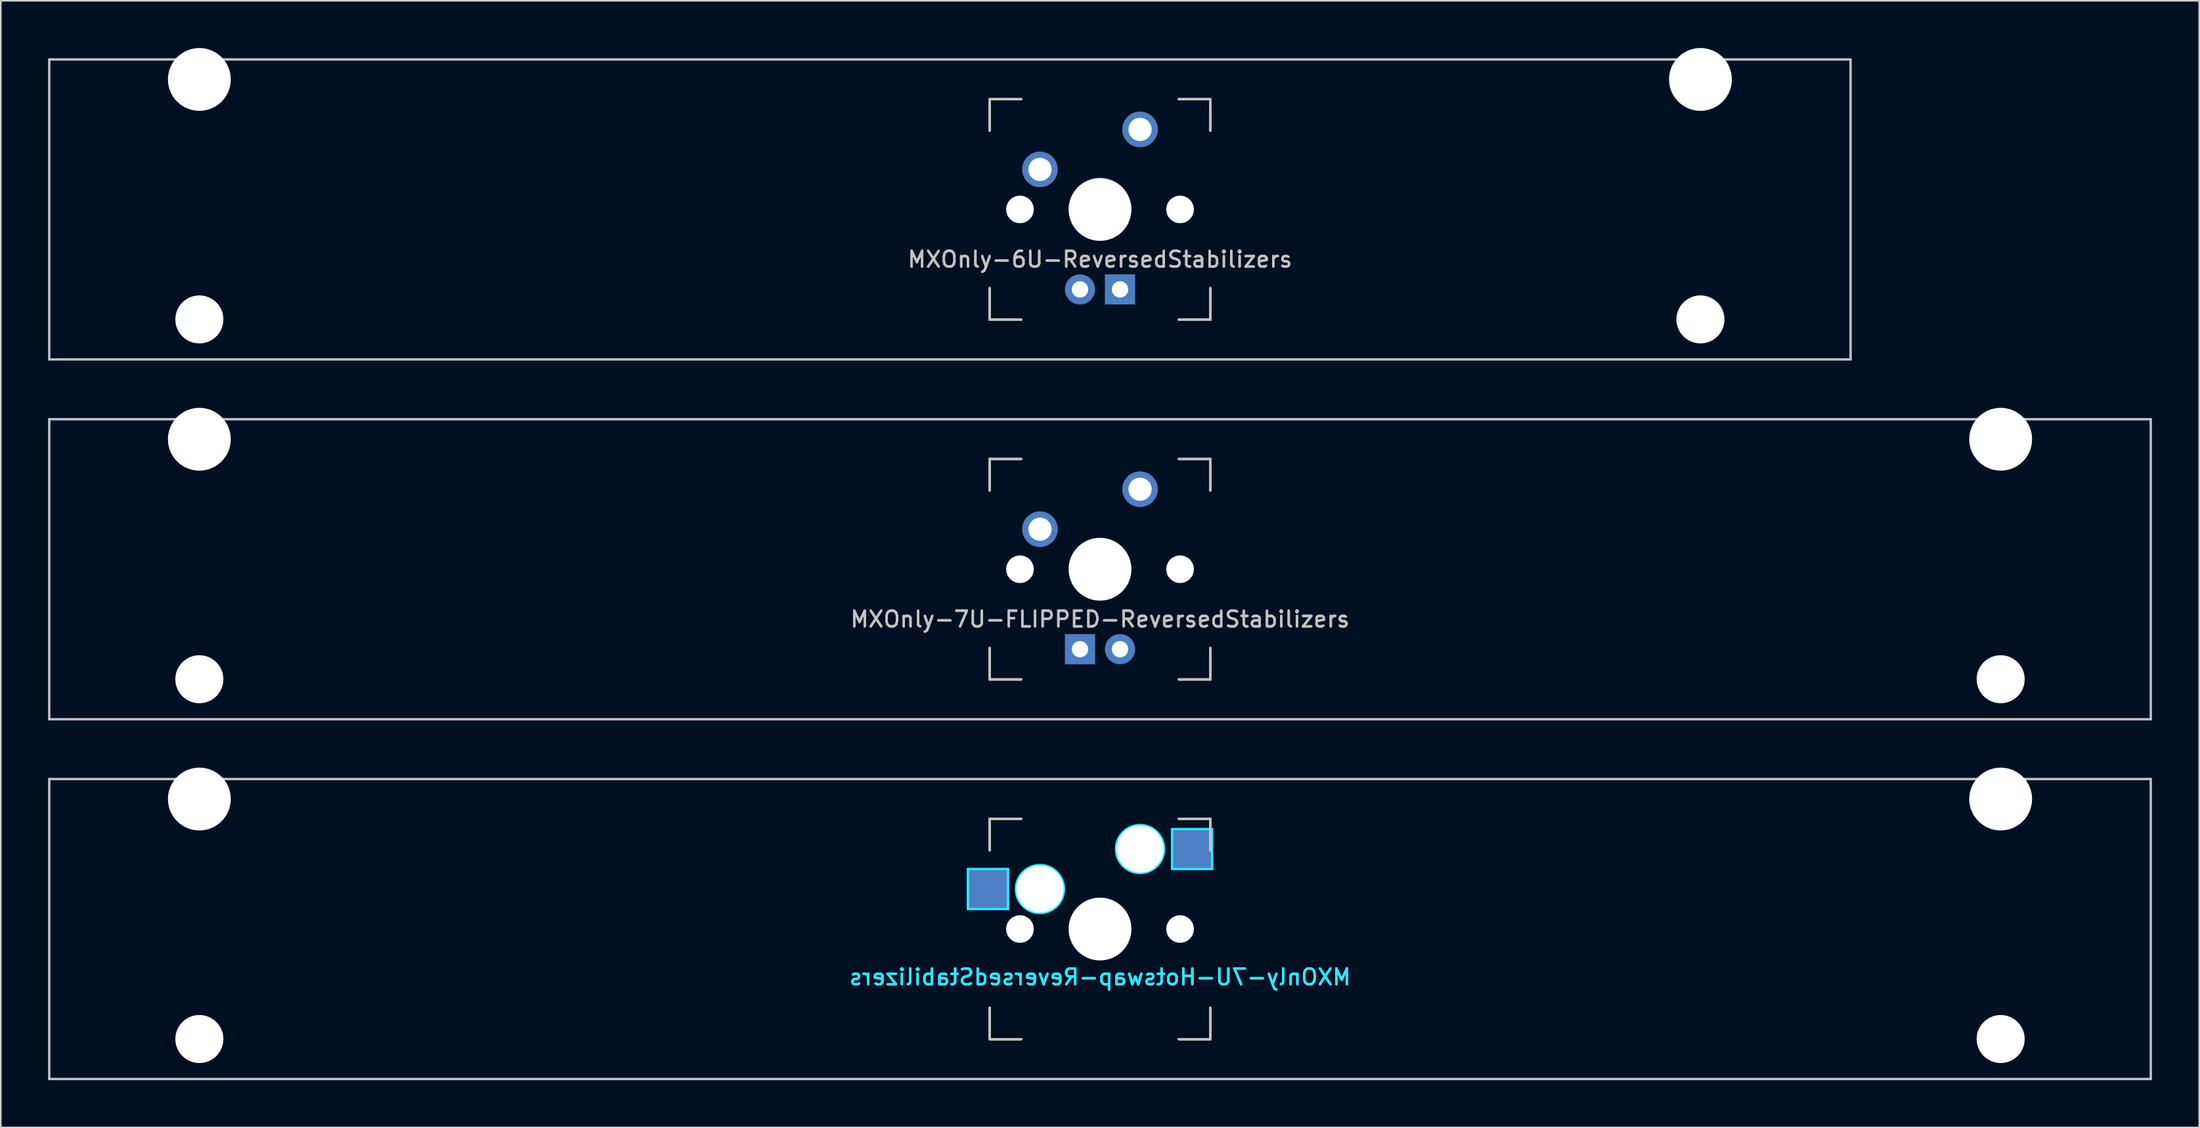
<source format=kicad_pcb>
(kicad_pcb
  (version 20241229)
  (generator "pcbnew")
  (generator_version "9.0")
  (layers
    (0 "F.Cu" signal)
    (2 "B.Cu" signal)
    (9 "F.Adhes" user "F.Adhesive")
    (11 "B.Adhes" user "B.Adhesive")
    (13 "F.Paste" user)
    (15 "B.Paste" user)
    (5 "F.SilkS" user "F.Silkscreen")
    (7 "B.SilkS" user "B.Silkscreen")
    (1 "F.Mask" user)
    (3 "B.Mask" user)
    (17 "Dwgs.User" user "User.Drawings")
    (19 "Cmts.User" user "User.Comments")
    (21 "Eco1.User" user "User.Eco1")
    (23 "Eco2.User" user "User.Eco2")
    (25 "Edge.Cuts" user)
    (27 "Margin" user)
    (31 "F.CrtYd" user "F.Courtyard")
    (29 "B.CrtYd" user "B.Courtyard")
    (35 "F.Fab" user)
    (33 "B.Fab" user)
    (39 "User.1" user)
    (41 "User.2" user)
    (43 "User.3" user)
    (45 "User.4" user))
  (footprint "MXOnly-6U-ReversedStabilizers"
    (layer "F.Cu")
    (at 57.225 10.249)
    (property "Reference" "MXOnly-6U-ReversedStabilizers" (at 9.525 3.175 0) (layer "Dwgs.User") (effects (font (size 1 1) (thickness 0.15))))
    (attr through_hole)
    (fp_line (start 2.525 -7) (end 2.525 -5) (stroke (width 0.15) (type solid)) (layer "F.SilkS"))
    (fp_line (start 2.525 5) (end 2.525 7) (stroke (width 0.15) (type solid)) (layer "F.SilkS"))
    (fp_line (start 2.525 7) (end 4.525 7) (stroke (width 0.15) (type solid)) (layer "F.SilkS"))
    (fp_line (start 4.525 -7) (end 2.525 -7) (stroke (width 0.15) (type solid)) (layer "F.SilkS"))
    (fp_line (start 14.525 -7) (end 16.525 -7) (stroke (width 0.15) (type solid)) (layer "F.SilkS"))
    (fp_line (start 14.525 7) (end 16.525 7) (stroke (width 0.15) (type solid)) (layer "F.SilkS"))
    (fp_line (start 16.525 -7) (end 16.525 -5) (stroke (width 0.15) (type solid)) (layer "F.SilkS"))
    (fp_line (start 16.525 7) (end 16.525 5) (stroke (width 0.15) (type solid)) (layer "F.SilkS"))
    (fp_line (start -57.15 -9.525) (end 57.15 -9.525) (stroke (width 0.15) (type solid)) (layer "Dwgs.User"))
    (fp_line (start -57.15 9.525) (end -57.15 -9.525) (stroke (width 0.15) (type solid)) (layer "Dwgs.User"))
    (fp_line (start -57.15 9.525) (end 57.15 9.525) (stroke (width 0.15) (type solid)) (layer "Dwgs.User"))
    (fp_line (start 2.525 -7) (end 2.525 -5) (stroke (width 0.15) (type solid)) (layer "Dwgs.User"))
    (fp_line (start 2.525 5) (end 2.525 7) (stroke (width 0.15) (type solid)) (layer "Dwgs.User"))
    (fp_line (start 2.525 7) (end 4.525 7) (stroke (width 0.15) (type solid)) (layer "Dwgs.User"))
    (fp_line (start 4.525 -7) (end 2.525 -7) (stroke (width 0.15) (type solid)) (layer "Dwgs.User"))
    (fp_line (start 14.525 -7) (end 16.525 -7) (stroke (width 0.15) (type solid)) (layer "Dwgs.User"))
    (fp_line (start 14.525 7) (end 16.525 7) (stroke (width 0.15) (type solid)) (layer "Dwgs.User"))
    (fp_line (start 16.525 -7) (end 16.525 -5) (stroke (width 0.15) (type solid)) (layer "Dwgs.User"))
    (fp_line (start 16.525 7) (end 16.525 5) (stroke (width 0.15) (type solid)) (layer "Dwgs.User"))
    (fp_line (start 57.15 -9.525) (end 57.15 9.525) (stroke (width 0.15) (type solid)) (layer "Dwgs.User"))
    (fp_text user "${REFERENCE}" (at 9.525 3.175 0) (layer "F.SilkS") (effects (font (size 1 1) (thickness 0.15))))
    (pad "" np_thru_hole circle (at -47.625 -8.255) (size 3.988 3.988) (drill 3.988) (layers "*.Cu" "*.Mask"))
    (pad "" np_thru_hole circle (at -47.625 6.985) (size 3.048 3.048) (drill 3.048) (layers "*.Cu" "*.Mask"))
    (pad "" np_thru_hole circle (at 4.445 0 48.1) (size 1.75 1.75) (drill 1.75) (layers "*.Cu" "*.Mask"))
    (pad "" np_thru_hole circle (at 9.525 0) (size 3.988 3.988) (drill 3.988) (layers "*.Cu" "*.Mask"))
    (pad "" np_thru_hole circle (at 14.605 0 48.1) (size 1.75 1.75) (drill 1.75) (layers "*.Cu" "*.Mask"))
    (pad "" np_thru_hole circle (at 47.625 -8.255) (size 3.988 3.988) (drill 3.988) (layers "*.Cu" "*.Mask"))
    (pad "" np_thru_hole circle (at 47.625 6.985) (size 3.048 3.048) (drill 3.048) (layers "*.Cu" "*.Mask"))
    (pad "1" thru_hole circle (at 5.715 -2.54) (size 2.25 2.25) (drill 1.47) (layers "*.Cu" "B.Mask"))
    (pad "2" thru_hole circle (at 12.065 -5.08) (size 2.25 2.25) (drill 1.47) (layers "*.Cu" "B.Mask"))
    (pad "3" thru_hole circle (at 8.255 5.08) (size 1.905 1.905) (drill 1.04) (layers "*.Cu" "B.Mask"))
    (pad "4" thru_hole rect (at 10.795 5.08) (size 1.905 1.905) (drill 1.04) (layers "*.Cu" "B.Mask")))
  (footprint "MXOnly-7U-Hotswap-ReversedStabilizers"
    (layer "F.Cu")
    (at 66.75 55.947)
    (property "Reference" "MXOnly-7U-Hotswap-ReversedStabilizers" (at 0 3.048 0) (layer "B.CrtYd") (effects (font (size 1 1) (thickness 0.15)) (justify mirror)))
    (attr smd)
    (fp_line (start -7 -7) (end -7 -5) (stroke (width 0.15) (type solid)) (layer "F.SilkS"))
    (fp_line (start -7 5) (end -7 7) (stroke (width 0.15) (type solid)) (layer "F.SilkS"))
    (fp_line (start -7 7) (end -5 7) (stroke (width 0.15) (type solid)) (layer "F.SilkS"))
    (fp_line (start -5 -7) (end -7 -7) (stroke (width 0.15) (type solid)) (layer "F.SilkS"))
    (fp_line (start 5 -7) (end 7 -7) (stroke (width 0.15) (type solid)) (layer "F.SilkS"))
    (fp_line (start 5 7) (end 7 7) (stroke (width 0.15) (type solid)) (layer "F.SilkS"))
    (fp_line (start 7 -7) (end 7 -5) (stroke (width 0.15) (type solid)) (layer "F.SilkS"))
    (fp_line (start 7 7) (end 7 5) (stroke (width 0.15) (type solid)) (layer "F.SilkS"))
    (fp_line (start -66.675 -9.525) (end 66.675 -9.525) (stroke (width 0.15) (type solid)) (layer "Dwgs.User"))
    (fp_line (start -66.675 9.525) (end -66.675 -9.525) (stroke (width 0.15) (type solid)) (layer "Dwgs.User"))
    (fp_line (start -7 -7) (end -7 -5) (stroke (width 0.15) (type solid)) (layer "Dwgs.User"))
    (fp_line (start -7 5) (end -7 7) (stroke (width 0.15) (type solid)) (layer "Dwgs.User"))
    (fp_line (start -7 7) (end -5 7) (stroke (width 0.15) (type solid)) (layer "Dwgs.User"))
    (fp_line (start -5 -7) (end -7 -7) (stroke (width 0.15) (type solid)) (layer "Dwgs.User"))
    (fp_line (start 5 -7) (end 7 -7) (stroke (width 0.15) (type solid)) (layer "Dwgs.User"))
    (fp_line (start 5 7) (end 7 7) (stroke (width 0.15) (type solid)) (layer "Dwgs.User"))
    (fp_line (start 7 -7) (end 7 -5) (stroke (width 0.15) (type solid)) (layer "Dwgs.User"))
    (fp_line (start 7 7) (end 7 5) (stroke (width 0.15) (type solid)) (layer "Dwgs.User"))
    (fp_line (start 66.675 -9.525) (end 66.675 9.525) (stroke (width 0.15) (type solid)) (layer "Dwgs.User"))
    (fp_line (start 66.675 9.525) (end -66.675 9.525) (stroke (width 0.15) (type solid)) (layer "Dwgs.User"))
    (fp_line (start -8.382 -3.81) (end -5.842 -3.81) (stroke (width 0.15) (type solid)) (layer "B.CrtYd"))
    (fp_line (start -8.382 -1.27) (end -8.382 -3.81) (stroke (width 0.15) (type solid)) (layer "B.CrtYd"))
    (fp_line (start -8.382 -1.27) (end -8.382 -3.81) (stroke (width 0.15) (type solid)) (layer "B.CrtYd"))
    (fp_line (start -5.842 -3.81) (end -5.842 -1.27) (stroke (width 0.15) (type solid)) (layer "B.CrtYd"))
    (fp_line (start -5.842 -3.81) (end -5.842 -1.27) (stroke (width 0.15) (type solid)) (layer "B.CrtYd"))
    (fp_line (start -5.842 -1.27) (end -8.382 -1.27) (stroke (width 0.15) (type solid)) (layer "B.CrtYd"))
    (fp_line (start 4.572 -6.35) (end 7.112 -6.35) (stroke (width 0.15) (type solid)) (layer "B.CrtYd"))
    (fp_line (start 4.572 -3.81) (end 4.572 -6.35) (stroke (width 0.15) (type solid)) (layer "B.CrtYd"))
    (fp_line (start 7.112 -6.35) (end 7.112 -3.81) (stroke (width 0.15) (type solid)) (layer "B.CrtYd"))
    (fp_line (start 7.112 -3.81) (end 4.572 -3.81) (stroke (width 0.15) (type solid)) (layer "B.CrtYd"))
    (fp_circle (center -3.81 -2.54) (end -3.81 -4.064) (stroke (width 0.15) (type solid)) (fill no) (layer "B.CrtYd"))
    (fp_circle (center 2.54 -5.08) (end 2.54 -6.604) (stroke (width 0.15) (type solid)) (fill no) (layer "B.CrtYd"))
    (fp_text user "${REFERENCE}" (at 0 3.048 0) (layer "B.SilkS") (effects (font (size 1 1) (thickness 0.15)) (justify mirror)))
    (fp_text user "${REFERENCE}" (at 0 3.048 0) (layer "B.CrtYd") (effects (font (size 1 1) (thickness 0.15)) (justify mirror)))
    (pad "" np_thru_hole circle (at -57.15 -8.255) (size 3.988 3.988) (drill 3.988) (layers "*.Cu" "*.Mask"))
    (pad "" np_thru_hole circle (at -57.15 6.985) (size 3.048 3.048) (drill 3.048) (layers "*.Cu" "*.Mask"))
    (pad "" np_thru_hole circle (at -5.08 0 48.1) (size 1.75 1.75) (drill 1.75) (layers "*.Cu" "*.Mask"))
    (pad "" np_thru_hole circle (at -3.81 -2.54) (size 3 3) (drill 3) (layers "*.Cu" "*.Mask"))
    (pad "" np_thru_hole circle (at 0 0) (size 3.988 3.988) (drill 3.988) (layers "*.Cu" "*.Mask"))
    (pad "" np_thru_hole circle (at 2.54 -5.08) (size 3 3) (drill 3) (layers "*.Cu" "*.Mask"))
    (pad "" np_thru_hole circle (at 5.08 0 48.1) (size 1.75 1.75) (drill 1.75) (layers "*.Cu" "*.Mask"))
    (pad "" np_thru_hole circle (at 57.15 -8.255) (size 3.988 3.988) (drill 3.988) (layers "*.Cu" "*.Mask"))
    (pad "" np_thru_hole circle (at 57.15 6.985) (size 3.048 3.048) (drill 3.048) (layers "*.Cu" "*.Mask"))
    (pad "1" smd rect (at -7.085 -2.54) (size 2.55 2.5) (layers "B.Cu" "B.Mask" "B.Paste"))
    (pad "2" smd rect (at 5.842 -5.08) (size 2.55 2.5) (layers "B.Cu" "B.Mask" "B.Paste")))
  (footprint "MXOnly-7U-FLIPPED-ReversedStabilizers"
    (layer "F.Cu")
    (at 66.75 33.098)
    (property "Reference" "MXOnly-7U-FLIPPED-ReversedStabilizers" (at 0 3.175 0) (layer "Dwgs.User") (effects (font (size 1 1) (thickness 0.15))))
    (attr through_hole)
    (fp_line (start -7 -7) (end -7 -5) (stroke (width 0.15) (type solid)) (layer "F.SilkS"))
    (fp_line (start -7 5) (end -7 7) (stroke (width 0.15) (type solid)) (layer "F.SilkS"))
    (fp_line (start -7 7) (end -5 7) (stroke (width 0.15) (type solid)) (layer "F.SilkS"))
    (fp_line (start -5 -7) (end -7 -7) (stroke (width 0.15) (type solid)) (layer "F.SilkS"))
    (fp_line (start 5 -7) (end 7 -7) (stroke (width 0.15) (type solid)) (layer "F.SilkS"))
    (fp_line (start 5 7) (end 7 7) (stroke (width 0.15) (type solid)) (layer "F.SilkS"))
    (fp_line (start 7 -7) (end 7 -5) (stroke (width 0.15) (type solid)) (layer "F.SilkS"))
    (fp_line (start 7 7) (end 7 5) (stroke (width 0.15) (type solid)) (layer "F.SilkS"))
    (fp_line (start -66.675 -9.525) (end 66.675 -9.525) (stroke (width 0.15) (type solid)) (layer "Dwgs.User"))
    (fp_line (start -66.675 9.525) (end -66.675 -9.525) (stroke (width 0.15) (type solid)) (layer "Dwgs.User"))
    (fp_line (start -66.675 9.525) (end 66.675 9.525) (stroke (width 0.15) (type solid)) (layer "Dwgs.User"))
    (fp_line (start -7 -7) (end -7 -5) (stroke (width 0.15) (type solid)) (layer "Dwgs.User"))
    (fp_line (start -7 5) (end -7 7) (stroke (width 0.15) (type solid)) (layer "Dwgs.User"))
    (fp_line (start -7 7) (end -5 7) (stroke (width 0.15) (type solid)) (layer "Dwgs.User"))
    (fp_line (start -5 -7) (end -7 -7) (stroke (width 0.15) (type solid)) (layer "Dwgs.User"))
    (fp_line (start 5 -7) (end 7 -7) (stroke (width 0.15) (type solid)) (layer "Dwgs.User"))
    (fp_line (start 5 7) (end 7 7) (stroke (width 0.15) (type solid)) (layer "Dwgs.User"))
    (fp_line (start 7 -7) (end 7 -5) (stroke (width 0.15) (type solid)) (layer "Dwgs.User"))
    (fp_line (start 7 7) (end 7 5) (stroke (width 0.15) (type solid)) (layer "Dwgs.User"))
    (fp_line (start 66.675 -9.525) (end 66.675 9.525) (stroke (width 0.15) (type solid)) (layer "Dwgs.User"))
    (fp_text user "${REFERENCE}" (at 0 3.175 0) (layer "F.SilkS") (effects (font (size 1 1) (thickness 0.15))))
    (pad "" np_thru_hole circle (at -57.15 -8.255) (size 3.988 3.988) (drill 3.988) (layers "*.Cu" "*.Mask"))
    (pad "" np_thru_hole circle (at -57.15 6.985) (size 3.048 3.048) (drill 3.048) (layers "*.Cu" "*.Mask"))
    (pad "" np_thru_hole circle (at -5.08 0 48.1) (size 1.75 1.75) (drill 1.75) (layers "*.Cu" "*.Mask"))
    (pad "" np_thru_hole circle (at 0 0) (size 3.988 3.988) (drill 3.988) (layers "*.Cu" "*.Mask"))
    (pad "" np_thru_hole circle (at 5.08 0 48.1) (size 1.75 1.75) (drill 1.75) (layers "*.Cu" "*.Mask"))
    (pad "" np_thru_hole circle (at 57.15 -8.255) (size 3.988 3.988) (drill 3.988) (layers "*.Cu" "*.Mask"))
    (pad "" np_thru_hole circle (at 57.15 6.985) (size 3.048 3.048) (drill 3.048) (layers "*.Cu" "*.Mask"))
    (pad "1" thru_hole circle (at -3.81 -2.54) (size 2.25 2.25) (drill 1.47) (layers "*.Cu" "B.Mask"))
    (pad "2" thru_hole circle (at 2.54 -5.08) (size 2.25 2.25) (drill 1.47) (layers "*.Cu" "B.Mask"))
    (pad "3" thru_hole circle (at 1.27 5.08) (size 1.905 1.905) (drill 1.04) (layers "*.Cu" "B.Mask"))
    (pad "4" thru_hole rect (at -1.27 5.08) (size 1.905 1.905) (drill 1.04) (layers "*.Cu" "B.Mask")))
  (gr_rect
    (start -3 -3)
    (end 136.5 68.547)
    (stroke (width 0.1) (type default))
    (fill no)
    (layer "Edge.Cuts")))
</source>
